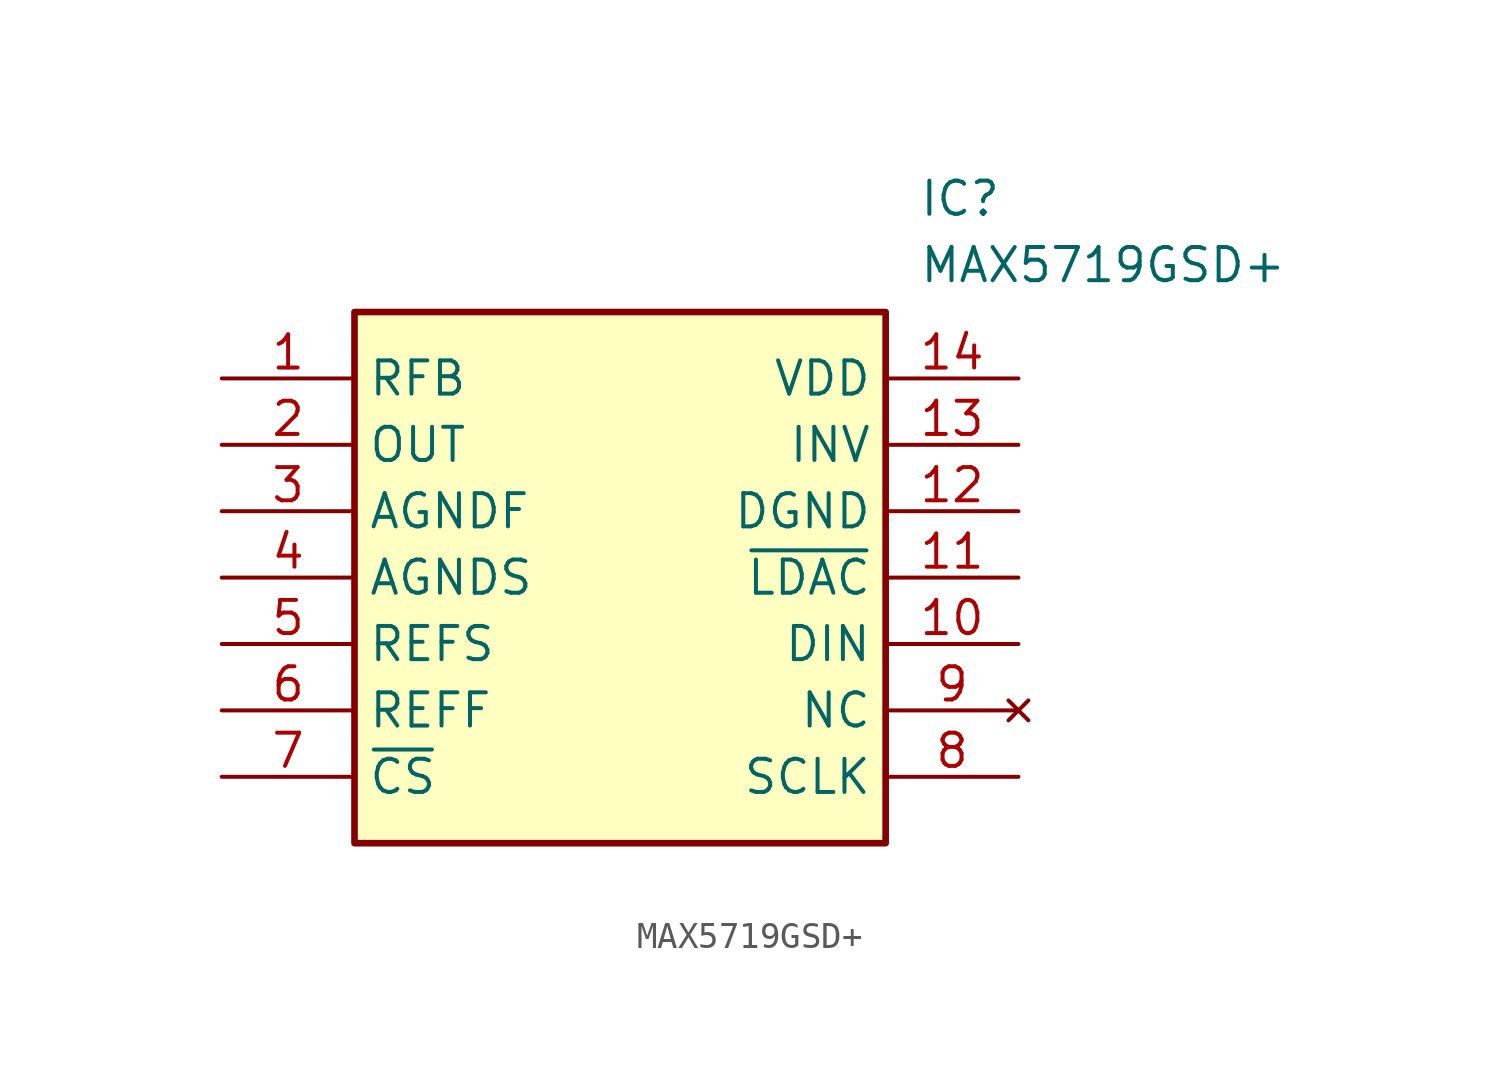
<source format=kicad_sym>
(kicad_symbol_lib
  (version 20211014)
  (generator SamacSys_ECAD_Model)
  (symbol "MAX5719GSD+"
    (property "Reference" "IC"
      (at 26.67 7.62 0)
      (effects (font (size 1.27 1.27)) (justify left top)))
    (property "Value" "MAX5719GSD+"
      (at 26.67 5.08 0)
      (effects (font (size 1.27 1.27)) (justify left top)))
    (rectangle
      (start 5.08 2.54)
      (end 25.4 -17.78)
      (stroke (width 0.254) (type default))
      (fill (type background)))
    (pin passive line
      (at 0 0 0)
      (length 5.08)
      (name "RFB" (effects (font (size 1.27 1.27))))
      (number "1" (effects (font (size 1.27 1.27)))))
    (pin passive line
      (at 0 -2.54 0)
      (length 5.08)
      (name "OUT" (effects (font (size 1.27 1.27))))
      (number "2" (effects (font (size 1.27 1.27)))))
    (pin passive line
      (at 0 -5.08 0)
      (length 5.08)
      (name "AGNDF" (effects (font (size 1.27 1.27))))
      (number "3" (effects (font (size 1.27 1.27)))))
    (pin passive line
      (at 0 -7.62 0)
      (length 5.08)
      (name "AGNDS" (effects (font (size 1.27 1.27))))
      (number "4" (effects (font (size 1.27 1.27)))))
    (pin passive line
      (at 0 -10.16 0)
      (length 5.08)
      (name "REFS" (effects (font (size 1.27 1.27))))
      (number "5" (effects (font (size 1.27 1.27)))))
    (pin passive line
      (at 0 -12.7 0)
      (length 5.08)
      (name "REFF" (effects (font (size 1.27 1.27))))
      (number "6" (effects (font (size 1.27 1.27)))))
    (pin passive line
      (at 0 -15.24 0)
      (length 5.08)
      (name "~{CS}" (effects (font (size 1.27 1.27))))
      (number "7" (effects (font (size 1.27 1.27)))))
    (pin passive line
      (at 30.48 0 180)
      (length 5.08)
      (name "VDD" (effects (font (size 1.27 1.27))))
      (number "14" (effects (font (size 1.27 1.27)))))
    (pin passive line
      (at 30.48 -2.54 180)
      (length 5.08)
      (name "INV" (effects (font (size 1.27 1.27))))
      (number "13" (effects (font (size 1.27 1.27)))))
    (pin passive line
      (at 30.48 -5.08 180)
      (length 5.08)
      (name "DGND" (effects (font (size 1.27 1.27))))
      (number "12" (effects (font (size 1.27 1.27)))))
    (pin passive line
      (at 30.48 -7.62 180)
      (length 5.08)
      (name "~{LDAC}" (effects (font (size 1.27 1.27))))
      (number "11" (effects (font (size 1.27 1.27)))))
    (pin passive line
      (at 30.48 -10.16 180)
      (length 5.08)
      (name "DIN" (effects (font (size 1.27 1.27))))
      (number "10" (effects (font (size 1.27 1.27)))))
    (pin no_connect line
      (at 30.48 -12.7 180)
      (length 5.08)
      (name "NC" (effects (font (size 1.27 1.27))))
      (number "9" (effects (font (size 1.27 1.27)))))
    (pin passive line
      (at 30.48 -15.24 180)
      (length 5.08)
      (name "SCLK" (effects (font (size 1.27 1.27))))
      (number "8" (effects (font (size 1.27 1.27)))))))
</source>
